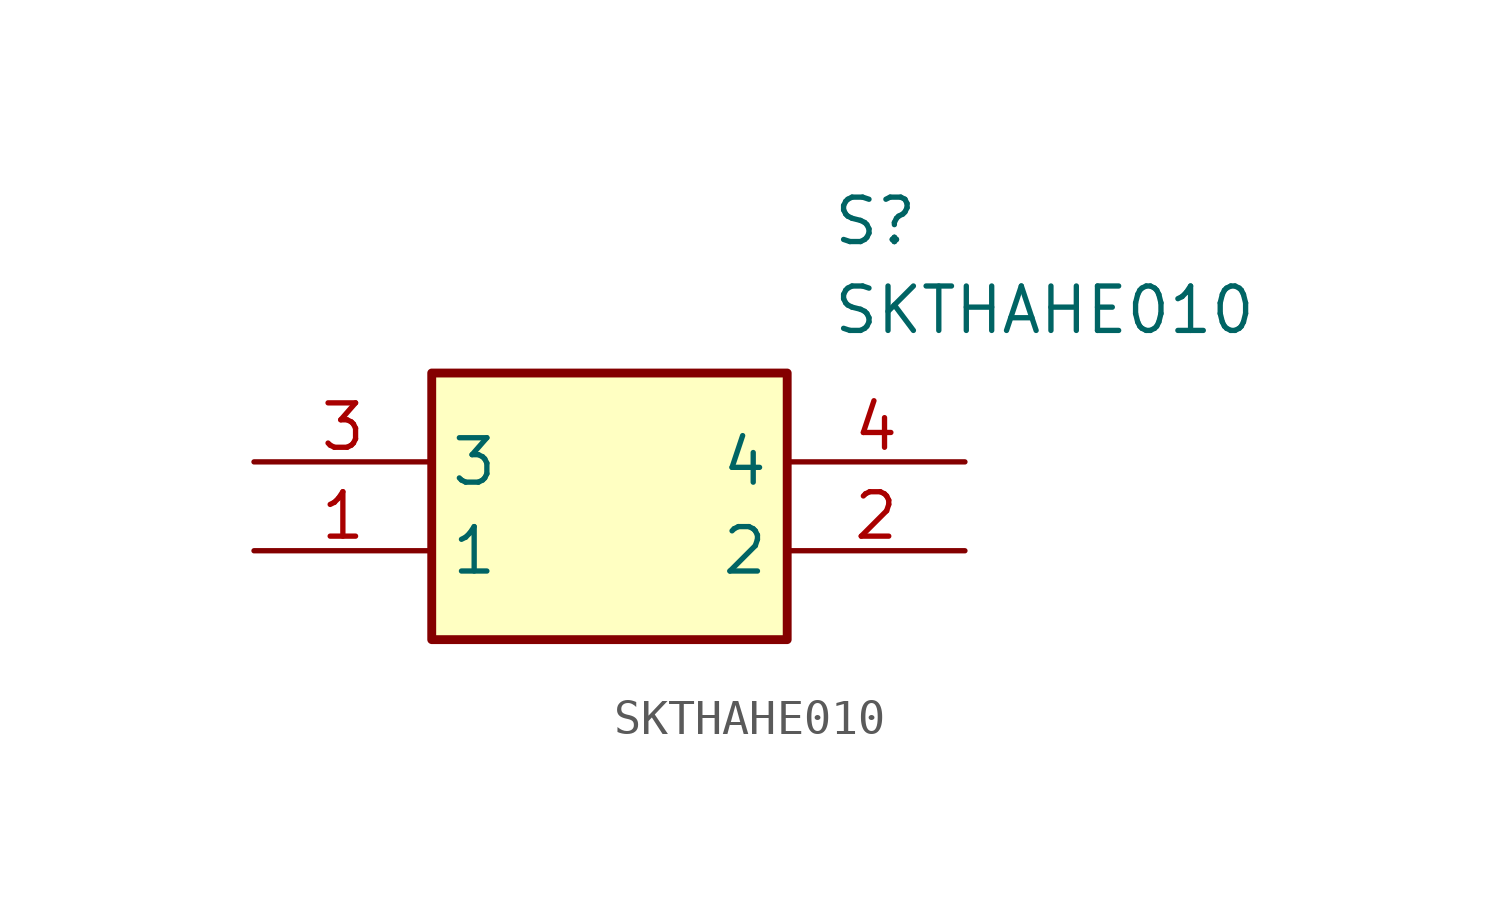
<source format=kicad_sym>
(kicad_symbol_lib
  (version 20211014)
  (generator SamacSys_ECAD_Model)
  (symbol "SKTHAHE010"
    (property "Reference" "S"
      (at 16.51 7.62 0)
      (effects (font (size 1.27 1.27)) (justify left top)))
    (property "Value" "SKTHAHE010"
      (at 16.51 5.08 0)
      (effects (font (size 1.27 1.27)) (justify left top)))
    (rectangle
      (start 5.08 2.54)
      (end 15.24 -5.08)
      (stroke (width 0.254) (type default))
      (fill (type background)))
    (pin passive line
      (at 0 -2.54 0)
      (length 5.08)
      (name "1" (effects (font (size 1.27 1.27))))
      (number "1" (effects (font (size 1.27 1.27)))))
    (pin passive line
      (at 20.32 -2.54 180)
      (length 5.08)
      (name "2" (effects (font (size 1.27 1.27))))
      (number "2" (effects (font (size 1.27 1.27)))))
    (pin passive line
      (at 0 0 0)
      (length 5.08)
      (name "3" (effects (font (size 1.27 1.27))))
      (number "3" (effects (font (size 1.27 1.27)))))
    (pin passive line
      (at 20.32 0 180)
      (length 5.08)
      (name "4" (effects (font (size 1.27 1.27))))
      (number "4" (effects (font (size 1.27 1.27)))))))
</source>
